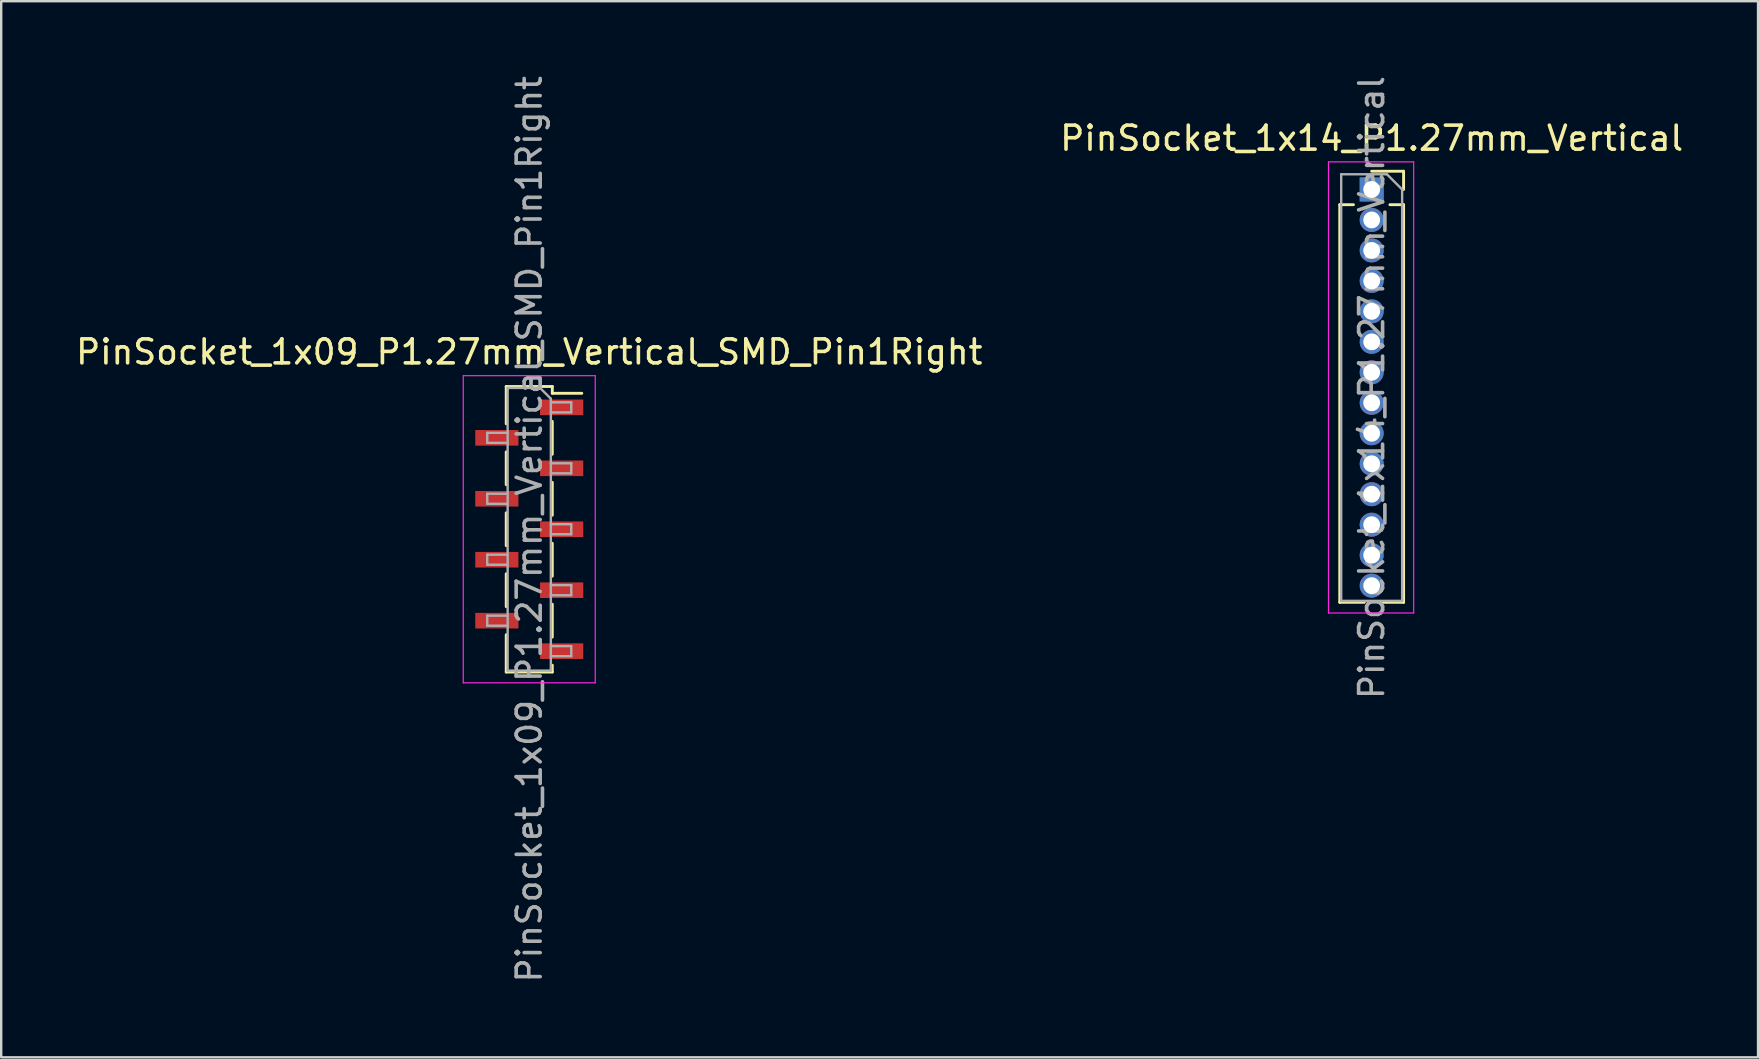
<source format=kicad_pcb>
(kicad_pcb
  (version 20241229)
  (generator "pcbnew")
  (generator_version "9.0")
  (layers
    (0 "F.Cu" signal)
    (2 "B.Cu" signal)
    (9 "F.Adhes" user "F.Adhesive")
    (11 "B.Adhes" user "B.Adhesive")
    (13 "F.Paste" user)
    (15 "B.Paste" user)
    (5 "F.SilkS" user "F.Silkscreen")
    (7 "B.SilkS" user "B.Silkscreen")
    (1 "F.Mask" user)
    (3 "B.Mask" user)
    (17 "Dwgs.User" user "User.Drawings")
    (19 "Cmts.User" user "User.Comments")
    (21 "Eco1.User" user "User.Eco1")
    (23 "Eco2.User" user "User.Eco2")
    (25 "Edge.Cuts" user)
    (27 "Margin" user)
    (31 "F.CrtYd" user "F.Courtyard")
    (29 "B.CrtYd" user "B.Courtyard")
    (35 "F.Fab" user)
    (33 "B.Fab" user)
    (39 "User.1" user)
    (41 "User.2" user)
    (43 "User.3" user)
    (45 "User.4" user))
  (footprint "PinSocket_1x14_P1.27mm_Vertical"
    (layer "F.Cu")
    (at 54.113 4.846)
    (property "Reference" "PinSocket_1x14_P1.27mm_Vertical" (at 0 -2.135 0) (layer "F.SilkS") (effects (font (size 1 1) (thickness 0.15))))
    (attr through_hole)
    (fp_line (start -1.33 0.635) (end -1.33 17.205) (stroke (width 0.12) (type solid)) (layer "F.SilkS"))
    (fp_line (start -1.33 0.635) (end -0.76 0.635) (stroke (width 0.12) (type solid)) (layer "F.SilkS"))
    (fp_line (start -1.33 17.205) (end -0.308 17.205) (stroke (width 0.12) (type solid)) (layer "F.SilkS"))
    (fp_line (start 0 -0.76) (end 1.33 -0.76) (stroke (width 0.12) (type solid)) (layer "F.SilkS"))
    (fp_line (start 0.308 17.205) (end 1.33 17.205) (stroke (width 0.12) (type solid)) (layer "F.SilkS"))
    (fp_line (start 0.76 0.635) (end 1.33 0.635) (stroke (width 0.12) (type solid)) (layer "F.SilkS"))
    (fp_line (start 1.33 -0.76) (end 1.33 0) (stroke (width 0.12) (type solid)) (layer "F.SilkS"))
    (fp_line (start 1.33 0.635) (end 1.33 17.205) (stroke (width 0.12) (type solid)) (layer "F.SilkS"))
    (fp_line (start -1.8 -1.15) (end 1.75 -1.15) (stroke (width 0.05) (type solid)) (layer "F.CrtYd"))
    (fp_line (start -1.8 17.65) (end -1.8 -1.15) (stroke (width 0.05) (type solid)) (layer "F.CrtYd"))
    (fp_line (start 1.75 -1.15) (end 1.75 17.65) (stroke (width 0.05) (type solid)) (layer "F.CrtYd"))
    (fp_line (start 1.75 17.65) (end -1.8 17.65) (stroke (width 0.05) (type solid)) (layer "F.CrtYd"))
    (fp_line (start -1.27 -0.635) (end 0.635 -0.635) (stroke (width 0.1) (type solid)) (layer "F.Fab"))
    (fp_line (start -1.27 17.145) (end -1.27 -0.635) (stroke (width 0.1) (type solid)) (layer "F.Fab"))
    (fp_line (start 0.635 -0.635) (end 1.27 0) (stroke (width 0.1) (type solid)) (layer "F.Fab"))
    (fp_line (start 1.27 0) (end 1.27 17.145) (stroke (width 0.1) (type solid)) (layer "F.Fab"))
    (fp_line (start 1.27 17.145) (end -1.27 17.145) (stroke (width 0.1) (type solid)) (layer "F.Fab"))
    (fp_text user "${REFERENCE}" (at 0 8.255 90) (layer "F.Fab") (effects (font (size 1 1) (thickness 0.15))))
    (pad "1" thru_hole rect (at 0 0) (size 1 1) (drill 0.7) (layers "*.Cu" "*.Mask"))
    (pad "2" thru_hole circle (at 0 1.27) (size 1 1) (drill 0.7) (layers "*.Cu" "*.Mask"))
    (pad "3" thru_hole circle (at 0 2.54) (size 1 1) (drill 0.7) (layers "*.Cu" "*.Mask"))
    (pad "4" thru_hole circle (at 0 3.81) (size 1 1) (drill 0.7) (layers "*.Cu" "*.Mask"))
    (pad "5" thru_hole circle (at 0 5.08) (size 1 1) (drill 0.7) (layers "*.Cu" "*.Mask"))
    (pad "6" thru_hole circle (at 0 6.35) (size 1 1) (drill 0.7) (layers "*.Cu" "*.Mask"))
    (pad "7" thru_hole circle (at 0 7.62) (size 1 1) (drill 0.7) (layers "*.Cu" "*.Mask"))
    (pad "8" thru_hole circle (at 0 8.89) (size 1 1) (drill 0.7) (layers "*.Cu" "*.Mask"))
    (pad "9" thru_hole circle (at 0 10.16) (size 1 1) (drill 0.7) (layers "*.Cu" "*.Mask"))
    (pad "10" thru_hole circle (at 0 11.43) (size 1 1) (drill 0.7) (layers "*.Cu" "*.Mask"))
    (pad "11" thru_hole circle (at 0 12.7) (size 1 1) (drill 0.7) (layers "*.Cu" "*.Mask"))
    (pad "12" thru_hole circle (at 0 13.97) (size 1 1) (drill 0.7) (layers "*.Cu" "*.Mask"))
    (pad "13" thru_hole circle (at 0 15.24) (size 1 1) (drill 0.7) (layers "*.Cu" "*.Mask"))
    (pad "14" thru_hole circle (at 0 16.51) (size 1 1) (drill 0.7) (layers "*.Cu" "*.Mask")))
  (footprint "PinSocket_1x09_P1.27mm_Vertical_SMD_Pin1Right"
    (layer "F.Cu")
    (at 19.006 19.006)
    (property "Reference" "PinSocket_1x09_P1.27mm_Vertical_SMD_Pin1Right" (at 0 -7.39 0) (layer "F.SilkS") (effects (font (size 1 1) (thickness 0.15))))
    (attr smd)
    (fp_line (start -0.96 -5.95) (end -0.96 -4.395) (stroke (width 0.12) (type solid)) (layer "F.SilkS"))
    (fp_line (start -0.96 -5.95) (end 0.96 -5.95) (stroke (width 0.12) (type solid)) (layer "F.SilkS"))
    (fp_line (start -0.96 -3.225) (end -0.96 -1.855) (stroke (width 0.12) (type solid)) (layer "F.SilkS"))
    (fp_line (start -0.96 -0.685) (end -0.96 0.685) (stroke (width 0.12) (type solid)) (layer "F.SilkS"))
    (fp_line (start -0.96 1.855) (end -0.96 3.225) (stroke (width 0.12) (type solid)) (layer "F.SilkS"))
    (fp_line (start -0.96 4.395) (end -0.96 5.95) (stroke (width 0.12) (type solid)) (layer "F.SilkS"))
    (fp_line (start -0.96 5.95) (end 0.96 5.95) (stroke (width 0.12) (type solid)) (layer "F.SilkS"))
    (fp_line (start 0.96 -5.95) (end 0.96 -5.665) (stroke (width 0.12) (type solid)) (layer "F.SilkS"))
    (fp_line (start 0.96 -5.665) (end 2.19 -5.665) (stroke (width 0.12) (type solid)) (layer "F.SilkS"))
    (fp_line (start 0.96 -4.495) (end 0.96 -3.125) (stroke (width 0.12) (type solid)) (layer "F.SilkS"))
    (fp_line (start 0.96 -1.955) (end 0.96 -0.585) (stroke (width 0.12) (type solid)) (layer "F.SilkS"))
    (fp_line (start 0.96 0.585) (end 0.96 1.955) (stroke (width 0.12) (type solid)) (layer "F.SilkS"))
    (fp_line (start 0.96 3.125) (end 0.96 4.495) (stroke (width 0.12) (type solid)) (layer "F.SilkS"))
    (fp_line (start 0.96 5.665) (end 0.96 5.95) (stroke (width 0.12) (type solid)) (layer "F.SilkS"))
    (fp_line (start -2.75 -6.4) (end 2.75 -6.4) (stroke (width 0.05) (type solid)) (layer "F.CrtYd"))
    (fp_line (start -2.75 6.4) (end -2.75 -6.4) (stroke (width 0.05) (type solid)) (layer "F.CrtYd"))
    (fp_line (start 2.75 -6.4) (end 2.75 6.4) (stroke (width 0.05) (type solid)) (layer "F.CrtYd"))
    (fp_line (start 2.75 6.4) (end -2.75 6.4) (stroke (width 0.05) (type solid)) (layer "F.CrtYd"))
    (fp_line (start -1.75 -4.02) (end -0.9 -4.02) (stroke (width 0.1) (type solid)) (layer "F.Fab"))
    (fp_line (start -1.75 -3.6) (end -1.75 -4.02) (stroke (width 0.1) (type solid)) (layer "F.Fab"))
    (fp_line (start -1.75 -1.48) (end -0.9 -1.48) (stroke (width 0.1) (type solid)) (layer "F.Fab"))
    (fp_line (start -1.75 -1.06) (end -1.75 -1.48) (stroke (width 0.1) (type solid)) (layer "F.Fab"))
    (fp_line (start -1.75 1.06) (end -0.9 1.06) (stroke (width 0.1) (type solid)) (layer "F.Fab"))
    (fp_line (start -1.75 1.48) (end -1.75 1.06) (stroke (width 0.1) (type solid)) (layer "F.Fab"))
    (fp_line (start -1.75 3.6) (end -0.9 3.6) (stroke (width 0.1) (type solid)) (layer "F.Fab"))
    (fp_line (start -1.75 4.02) (end -1.75 3.6) (stroke (width 0.1) (type solid)) (layer "F.Fab"))
    (fp_line (start -0.9 -5.89) (end 0.45 -5.89) (stroke (width 0.1) (type solid)) (layer "F.Fab"))
    (fp_line (start -0.9 -3.6) (end -1.75 -3.6) (stroke (width 0.1) (type solid)) (layer "F.Fab"))
    (fp_line (start -0.9 -1.06) (end -1.75 -1.06) (stroke (width 0.1) (type solid)) (layer "F.Fab"))
    (fp_line (start -0.9 1.48) (end -1.75 1.48) (stroke (width 0.1) (type solid)) (layer "F.Fab"))
    (fp_line (start -0.9 4.02) (end -1.75 4.02) (stroke (width 0.1) (type solid)) (layer "F.Fab"))
    (fp_line (start -0.9 5.89) (end -0.9 -5.89) (stroke (width 0.1) (type solid)) (layer "F.Fab"))
    (fp_line (start 0.45 -5.89) (end 0.9 -5.44) (stroke (width 0.1) (type solid)) (layer "F.Fab"))
    (fp_line (start 0.9 -5.44) (end 0.9 5.89) (stroke (width 0.1) (type solid)) (layer "F.Fab"))
    (fp_line (start 0.9 -5.29) (end 1.75 -5.29) (stroke (width 0.1) (type solid)) (layer "F.Fab"))
    (fp_line (start 0.9 -2.75) (end 1.75 -2.75) (stroke (width 0.1) (type solid)) (layer "F.Fab"))
    (fp_line (start 0.9 -0.21) (end 1.75 -0.21) (stroke (width 0.1) (type solid)) (layer "F.Fab"))
    (fp_line (start 0.9 2.33) (end 1.75 2.33) (stroke (width 0.1) (type solid)) (layer "F.Fab"))
    (fp_line (start 0.9 4.87) (end 1.75 4.87) (stroke (width 0.1) (type solid)) (layer "F.Fab"))
    (fp_line (start 0.9 5.89) (end -0.9 5.89) (stroke (width 0.1) (type solid)) (layer "F.Fab"))
    (fp_line (start 1.75 -5.29) (end 1.75 -4.87) (stroke (width 0.1) (type solid)) (layer "F.Fab"))
    (fp_line (start 1.75 -4.87) (end 0.9 -4.87) (stroke (width 0.1) (type solid)) (layer "F.Fab"))
    (fp_line (start 1.75 -2.75) (end 1.75 -2.33) (stroke (width 0.1) (type solid)) (layer "F.Fab"))
    (fp_line (start 1.75 -2.33) (end 0.9 -2.33) (stroke (width 0.1) (type solid)) (layer "F.Fab"))
    (fp_line (start 1.75 -0.21) (end 1.75 0.21) (stroke (width 0.1) (type solid)) (layer "F.Fab"))
    (fp_line (start 1.75 0.21) (end 0.9 0.21) (stroke (width 0.1) (type solid)) (layer "F.Fab"))
    (fp_line (start 1.75 2.33) (end 1.75 2.75) (stroke (width 0.1) (type solid)) (layer "F.Fab"))
    (fp_line (start 1.75 2.75) (end 0.9 2.75) (stroke (width 0.1) (type solid)) (layer "F.Fab"))
    (fp_line (start 1.75 4.87) (end 1.75 5.29) (stroke (width 0.1) (type solid)) (layer "F.Fab"))
    (fp_line (start 1.75 5.29) (end 0.9 5.29) (stroke (width 0.1) (type solid)) (layer "F.Fab"))
    (fp_text user "${REFERENCE}" (at 0 0 90) (layer "F.Fab") (effects (font (size 1 1) (thickness 0.15))))
    (pad "1" smd rect (at 1.35 -5.08) (size 1.8 0.65) (layers "F.Cu" "F.Mask" "F.Paste"))
    (pad "2" smd rect (at -1.35 -3.81) (size 1.8 0.65) (layers "F.Cu" "F.Mask" "F.Paste"))
    (pad "3" smd rect (at 1.35 -2.54) (size 1.8 0.65) (layers "F.Cu" "F.Mask" "F.Paste"))
    (pad "4" smd rect (at -1.35 -1.27) (size 1.8 0.65) (layers "F.Cu" "F.Mask" "F.Paste"))
    (pad "5" smd rect (at 1.35 0) (size 1.8 0.65) (layers "F.Cu" "F.Mask" "F.Paste"))
    (pad "6" smd rect (at -1.35 1.27) (size 1.8 0.65) (layers "F.Cu" "F.Mask" "F.Paste"))
    (pad "7" smd rect (at 1.35 2.54) (size 1.8 0.65) (layers "F.Cu" "F.Mask" "F.Paste"))
    (pad "8" smd rect (at -1.35 3.81) (size 1.8 0.65) (layers "F.Cu" "F.Mask" "F.Paste"))
    (pad "9" smd rect (at 1.35 5.08) (size 1.8 0.65) (layers "F.Cu" "F.Mask" "F.Paste")))
  (gr_rect
    (start -3 -3)
    (end 70.214 41.012)
    (stroke (width 0.1) (type default))
    (fill no)
    (layer "Edge.Cuts")))
</source>
